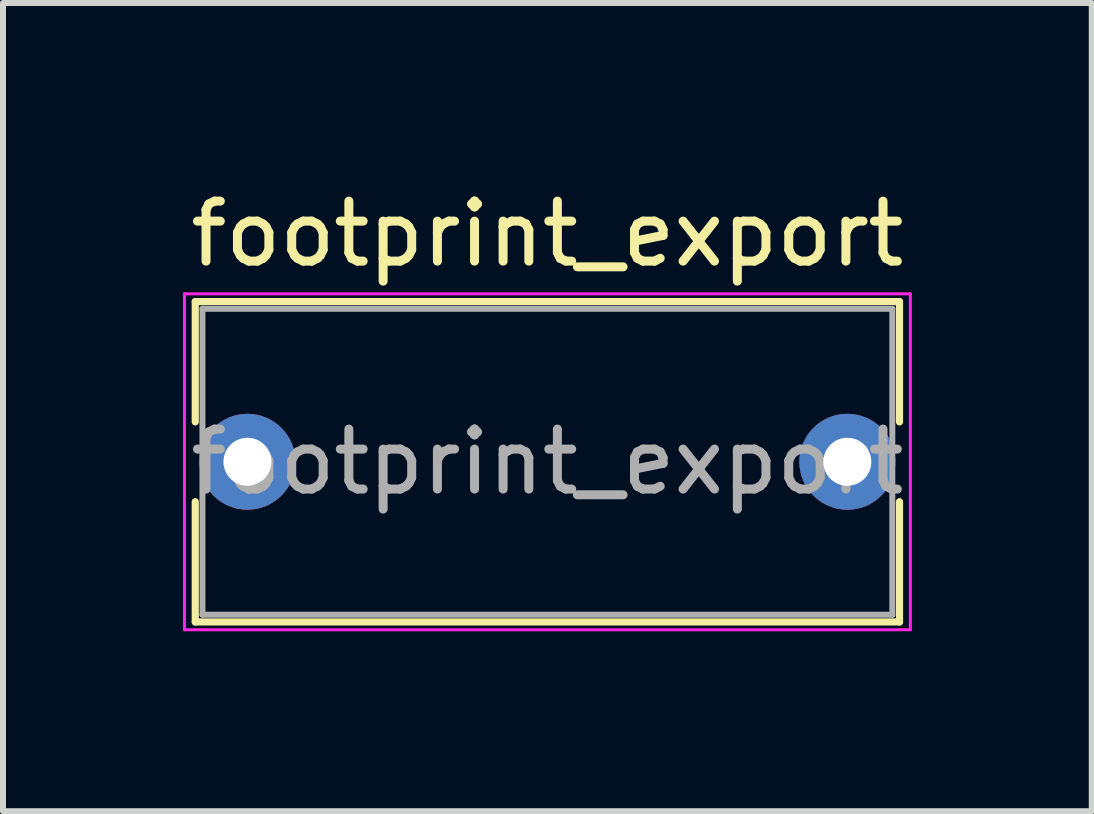
<source format=kicad_pcb>
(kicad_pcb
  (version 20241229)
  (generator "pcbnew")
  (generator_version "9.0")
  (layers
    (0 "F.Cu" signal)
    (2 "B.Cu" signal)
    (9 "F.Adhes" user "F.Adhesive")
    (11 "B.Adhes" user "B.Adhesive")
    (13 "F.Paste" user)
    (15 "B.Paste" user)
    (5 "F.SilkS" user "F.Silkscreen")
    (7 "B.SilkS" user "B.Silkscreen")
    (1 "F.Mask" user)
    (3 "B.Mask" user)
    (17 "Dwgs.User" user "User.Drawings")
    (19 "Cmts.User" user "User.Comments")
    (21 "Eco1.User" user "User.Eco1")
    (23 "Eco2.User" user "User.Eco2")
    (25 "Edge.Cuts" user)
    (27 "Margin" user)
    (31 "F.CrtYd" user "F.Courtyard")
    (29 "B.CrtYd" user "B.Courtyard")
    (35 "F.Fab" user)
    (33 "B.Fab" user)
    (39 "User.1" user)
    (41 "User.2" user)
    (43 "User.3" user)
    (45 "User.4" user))
  (footprint "footprint_export"
    (layer "F.Cu")
    (at 1.075 4.648)
    (property "Reference" "footprint_export" (at 5 -3.8 0) (layer "F.SilkS") (effects (font (size 1 1) (thickness 0.15))))
    (attr through_hole)
    (fp_line (start -0.87 -2.67) (end -0.87 -0.665) (stroke (width 0.12) (type solid)) (layer "F.SilkS"))
    (fp_line (start -0.87 -2.67) (end 10.87 -2.67) (stroke (width 0.12) (type solid)) (layer "F.SilkS"))
    (fp_line (start -0.87 0.665) (end -0.87 2.67) (stroke (width 0.12) (type solid)) (layer "F.SilkS"))
    (fp_line (start -0.87 2.67) (end 10.87 2.67) (stroke (width 0.12) (type solid)) (layer "F.SilkS"))
    (fp_line (start 10.87 -2.67) (end 10.87 -0.665) (stroke (width 0.12) (type solid)) (layer "F.SilkS"))
    (fp_line (start 10.87 0.665) (end 10.87 2.67) (stroke (width 0.12) (type solid)) (layer "F.SilkS"))
    (fp_line (start -1.05 -2.8) (end -1.05 2.8) (stroke (width 0.05) (type solid)) (layer "F.CrtYd"))
    (fp_line (start -1.05 2.8) (end 11.05 2.8) (stroke (width 0.05) (type solid)) (layer "F.CrtYd"))
    (fp_line (start 11.05 -2.8) (end -1.05 -2.8) (stroke (width 0.05) (type solid)) (layer "F.CrtYd"))
    (fp_line (start 11.05 2.8) (end 11.05 -2.8) (stroke (width 0.05) (type solid)) (layer "F.CrtYd"))
    (fp_line (start -0.75 -2.55) (end -0.75 2.55) (stroke (width 0.1) (type solid)) (layer "F.Fab"))
    (fp_line (start -0.75 2.55) (end 10.75 2.55) (stroke (width 0.1) (type solid)) (layer "F.Fab"))
    (fp_line (start 10.75 -2.55) (end -0.75 -2.55) (stroke (width 0.1) (type solid)) (layer "F.Fab"))
    (fp_line (start 10.75 2.55) (end 10.75 -2.55) (stroke (width 0.1) (type solid)) (layer "F.Fab"))
    (fp_text user "${REFERENCE}" (at 5 0 0) (layer "F.Fab") (effects (font (size 1 1) (thickness 0.15))))
    (pad "1" thru_hole circle (at 0 0) (size 1.6 1.6) (drill 0.8) (layers "*.Cu" "*.Mask"))
    (pad "2" thru_hole circle (at 10 0) (size 1.6 1.6) (drill 0.8) (layers "*.Cu" "*.Mask")))
  (gr_rect
    (start -3 -3)
    (end 15.15 10.473)
    (stroke (width 0.1) (type default))
    (fill no)
    (layer "Edge.Cuts")))
</source>
